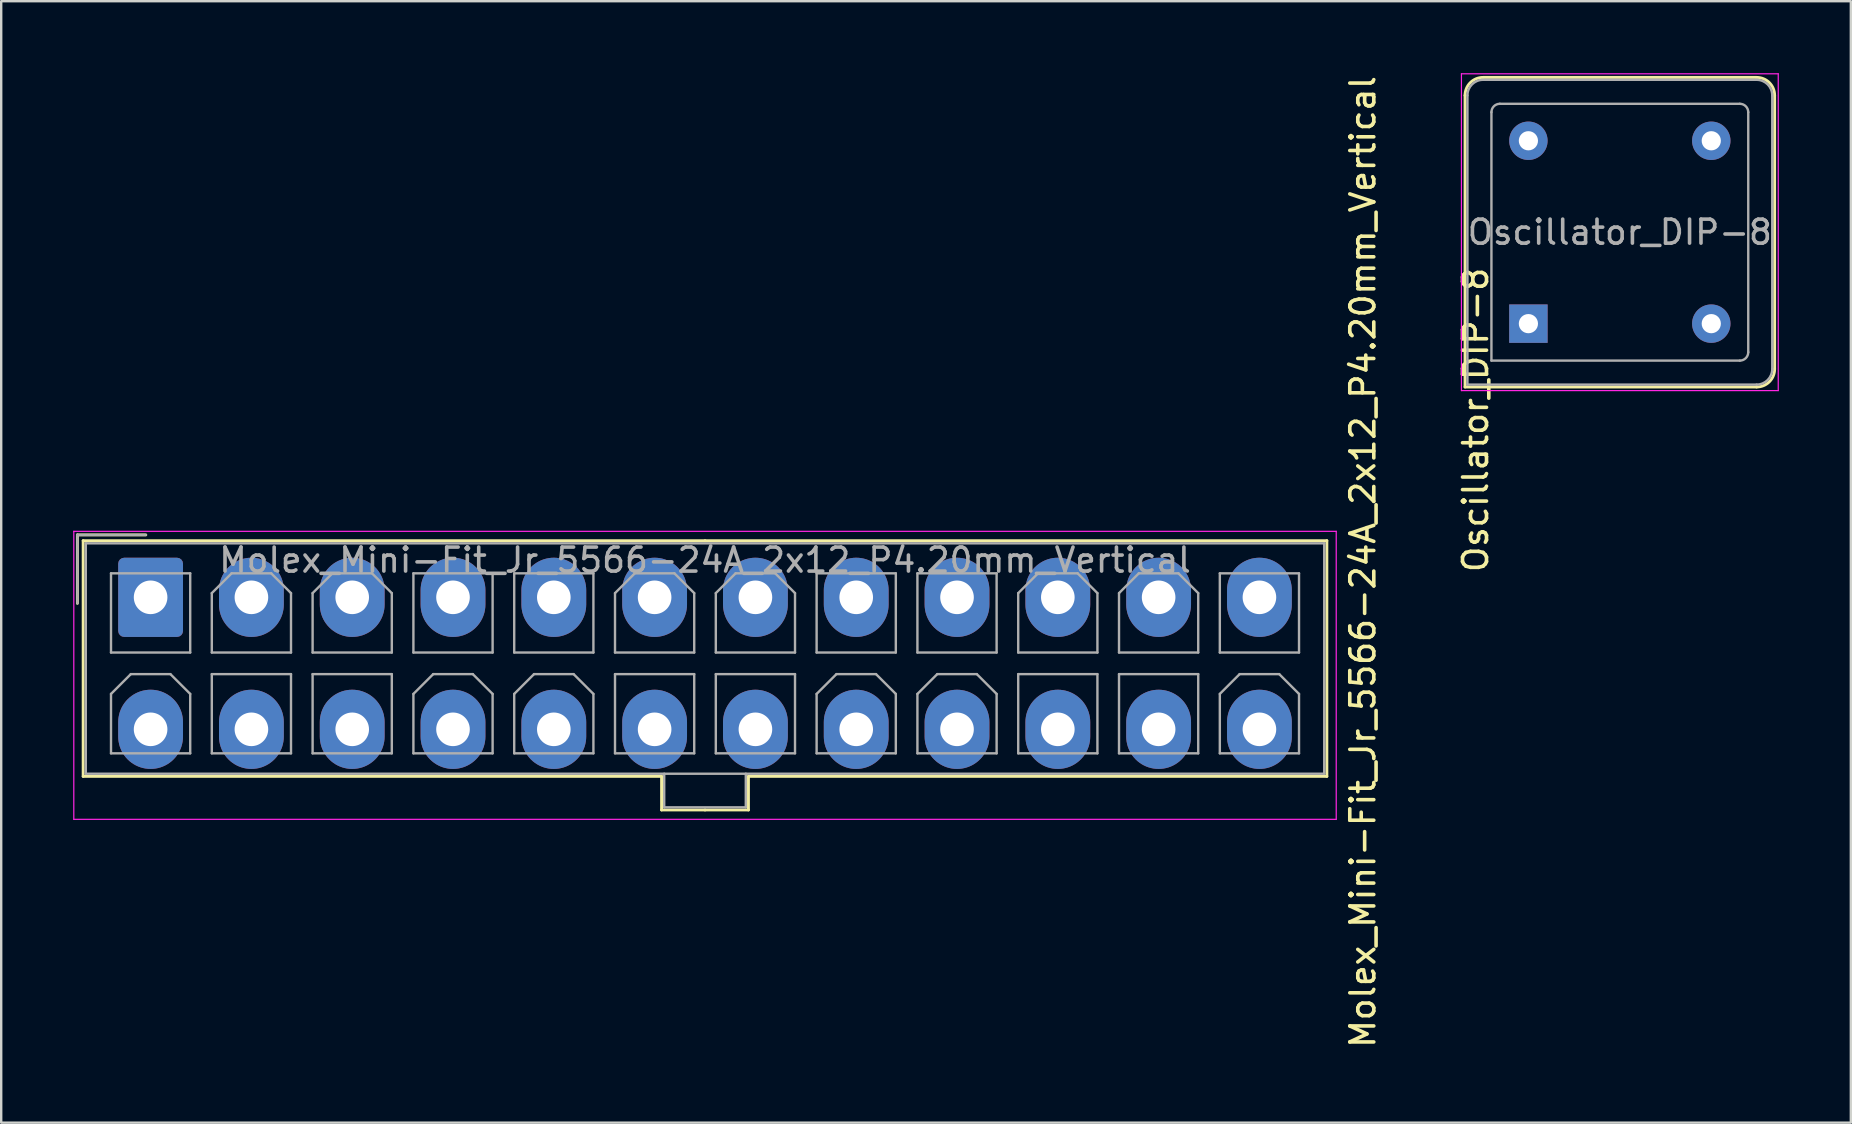
<source format=kicad_pcb>
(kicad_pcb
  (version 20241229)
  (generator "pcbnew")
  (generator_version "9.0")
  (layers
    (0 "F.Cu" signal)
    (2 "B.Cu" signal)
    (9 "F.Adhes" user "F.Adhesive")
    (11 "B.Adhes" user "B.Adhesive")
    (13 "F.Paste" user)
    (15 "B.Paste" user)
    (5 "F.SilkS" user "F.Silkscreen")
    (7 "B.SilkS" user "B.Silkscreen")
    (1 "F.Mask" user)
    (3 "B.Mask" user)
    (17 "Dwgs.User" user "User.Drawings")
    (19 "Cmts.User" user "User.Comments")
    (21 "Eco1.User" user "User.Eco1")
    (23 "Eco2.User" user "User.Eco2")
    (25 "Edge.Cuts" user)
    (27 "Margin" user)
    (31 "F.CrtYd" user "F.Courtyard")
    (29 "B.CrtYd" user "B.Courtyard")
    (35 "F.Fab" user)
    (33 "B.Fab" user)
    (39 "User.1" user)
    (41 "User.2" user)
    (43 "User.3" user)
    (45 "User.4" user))
  (footprint "Oscillator_DIP-8"
    (layer "F.Cu")
    (at 60.632 10.435)
    (property "Reference" "Oscillator_DIP-8" (at -2.2 4.01 90) (layer "F.SilkS") (effects (font (size 1 1) (thickness 0.15))))
    (attr through_hole)
    (fp_line (start -2.64 -9.51) (end -2.64 2.64) (stroke (width 0.12) (type solid)) (layer "F.SilkS"))
    (fp_line (start -2.64 2.64) (end 9.51 2.64) (stroke (width 0.12) (type solid)) (layer "F.SilkS"))
    (fp_line (start 9.51 -10.26) (end -1.89 -10.26) (stroke (width 0.12) (type solid)) (layer "F.SilkS"))
    (fp_line (start 10.26 1.89) (end 10.26 -9.51) (stroke (width 0.12) (type solid)) (layer "F.SilkS"))
    (fp_arc (start -2.64 -9.51) (mid -2.42033 -10.04033) (end -1.89 -10.26) (stroke (width 0.12) (type solid)) (layer "F.SilkS"))
    (fp_arc (start 9.51 -10.26) (mid 10.04033 -10.04033) (end 10.26 -9.51) (stroke (width 0.12) (type solid)) (layer "F.SilkS"))
    (fp_arc (start 10.26 1.89) (mid 10.04033 2.42033) (end 9.51 2.64) (stroke (width 0.12) (type solid)) (layer "F.SilkS"))
    (fp_line (start -2.79 -10.41) (end -2.79 2.79) (stroke (width 0.05) (type solid)) (layer "F.CrtYd"))
    (fp_line (start -2.79 2.79) (end 10.41 2.79) (stroke (width 0.05) (type solid)) (layer "F.CrtYd"))
    (fp_line (start 10.41 -10.41) (end -2.79 -10.41) (stroke (width 0.05) (type solid)) (layer "F.CrtYd"))
    (fp_line (start 10.41 2.79) (end 10.41 -10.41) (stroke (width 0.05) (type solid)) (layer "F.CrtYd"))
    (fp_line (start -2.54 2.54) (end -2.54 -9.51) (stroke (width 0.1) (type solid)) (layer "F.Fab"))
    (fp_line (start -2.54 2.54) (end 9.51 2.54) (stroke (width 0.1) (type solid)) (layer "F.Fab"))
    (fp_line (start -1.89 -10.16) (end 9.51 -10.16) (stroke (width 0.1) (type solid)) (layer "F.Fab"))
    (fp_line (start -1.54 1.54) (end -1.54 -8.81) (stroke (width 0.1) (type solid)) (layer "F.Fab"))
    (fp_line (start -1.54 1.54) (end 8.81 1.54) (stroke (width 0.1) (type solid)) (layer "F.Fab"))
    (fp_line (start -1.19 -9.16) (end 8.81 -9.16) (stroke (width 0.1) (type solid)) (layer "F.Fab"))
    (fp_line (start 9.16 1.19) (end 9.16 -8.81) (stroke (width 0.1) (type solid)) (layer "F.Fab"))
    (fp_line (start 10.16 -9.51) (end 10.16 1.89) (stroke (width 0.1) (type solid)) (layer "F.Fab"))
    (fp_arc (start -2.54 -9.51) (mid -2.349619 -9.969619) (end -1.89 -10.16) (stroke (width 0.1) (type solid)) (layer "F.Fab"))
    (fp_arc (start -1.54 -8.81) (mid -1.437487 -9.057487) (end -1.19 -9.16) (stroke (width 0.1) (type solid)) (layer "F.Fab"))
    (fp_arc (start 8.81 -9.16) (mid 9.057487 -9.057487) (end 9.16 -8.81) (stroke (width 0.1) (type solid)) (layer "F.Fab"))
    (fp_arc (start 9.16 1.19) (mid 9.057487 1.437487) (end 8.81 1.54) (stroke (width 0.1) (type solid)) (layer "F.Fab"))
    (fp_arc (start 9.51 -10.16) (mid 9.969619 -9.969619) (end 10.16 -9.51) (stroke (width 0.1) (type solid)) (layer "F.Fab"))
    (fp_arc (start 10.16 1.89) (mid 9.969619 2.349619) (end 9.51 2.54) (stroke (width 0.1) (type solid)) (layer "F.Fab"))
    (fp_text user "${REFERENCE}" (at 3.81 -3.81 0) (layer "F.Fab") (effects (font (size 1 1) (thickness 0.15))))
    (pad "1" thru_hole rect (at 0 0) (size 1.6 1.6) (drill 0.8) (layers "*.Cu" "*.Mask"))
    (pad "4" thru_hole circle (at 7.62 0) (size 1.6 1.6) (drill 0.8) (layers "*.Cu" "*.Mask"))
    (pad "5" thru_hole circle (at 7.62 -7.62) (size 1.6 1.6) (drill 0.8) (layers "*.Cu" "*.Mask"))
    (pad "8" thru_hole circle (at 0 -7.62) (size 1.6 1.6) (drill 0.8) (layers "*.Cu" "*.Mask")))
  (footprint "Molex_Mini-Fit_Jr_5566-24A_2x12_P4.20mm_Vertical"
    (layer "F.Cu")
    (at 3.225 21.838)
    (property "Reference" "Molex_Mini-Fit_Jr_5566-24A_2x12_P4.20mm_Vertical" (at 50.51 -1.475 90) (layer "F.SilkS") (effects (font (size 1 1) (thickness 0.15))))
    (attr through_hole)
    (fp_line (start -3.05 -2.6) (end -3.05 0.25) (stroke (width 0.12) (type solid)) (layer "F.SilkS"))
    (fp_line (start -2.81 -2.36) (end -2.81 7.46) (stroke (width 0.12) (type solid)) (layer "F.SilkS"))
    (fp_line (start -2.81 7.46) (end 21.29 7.46) (stroke (width 0.12) (type solid)) (layer "F.SilkS"))
    (fp_line (start -0.2 -2.6) (end -3.05 -2.6) (stroke (width 0.12) (type solid)) (layer "F.SilkS"))
    (fp_line (start 21.29 7.46) (end 21.29 8.86) (stroke (width 0.12) (type solid)) (layer "F.SilkS"))
    (fp_line (start 21.29 8.86) (end 23.1 8.86) (stroke (width 0.12) (type solid)) (layer "F.SilkS"))
    (fp_line (start 23.1 -2.36) (end -2.81 -2.36) (stroke (width 0.12) (type solid)) (layer "F.SilkS"))
    (fp_line (start 23.1 -2.36) (end 49.01 -2.36) (stroke (width 0.12) (type solid)) (layer "F.SilkS"))
    (fp_line (start 24.91 7.46) (end 24.91 8.86) (stroke (width 0.12) (type solid)) (layer "F.SilkS"))
    (fp_line (start 24.91 8.86) (end 23.1 8.86) (stroke (width 0.12) (type solid)) (layer "F.SilkS"))
    (fp_line (start 49.01 -2.36) (end 49.01 7.46) (stroke (width 0.12) (type solid)) (layer "F.SilkS"))
    (fp_line (start 49.01 7.46) (end 24.91 7.46) (stroke (width 0.12) (type solid)) (layer "F.SilkS"))
    (fp_line (start -3.2 -2.75) (end -3.2 9.25) (stroke (width 0.05) (type solid)) (layer "F.CrtYd"))
    (fp_line (start -3.2 9.25) (end 49.4 9.25) (stroke (width 0.05) (type solid)) (layer "F.CrtYd"))
    (fp_line (start 49.4 -2.75) (end -3.2 -2.75) (stroke (width 0.05) (type solid)) (layer "F.CrtYd"))
    (fp_line (start 49.4 9.25) (end 49.4 -2.75) (stroke (width 0.05) (type solid)) (layer "F.CrtYd"))
    (fp_line (start -3.05 -2.6) (end -3.05 0.25) (stroke (width 0.1) (type solid)) (layer "F.Fab"))
    (fp_line (start -2.7 -2.25) (end -2.7 7.35) (stroke (width 0.1) (type solid)) (layer "F.Fab"))
    (fp_line (start -2.7 7.35) (end 48.9 7.35) (stroke (width 0.1) (type solid)) (layer "F.Fab"))
    (fp_line (start -1.65 -1) (end -1.65 2.3) (stroke (width 0.1) (type solid)) (layer "F.Fab"))
    (fp_line (start -1.65 2.3) (end 1.65 2.3) (stroke (width 0.1) (type solid)) (layer "F.Fab"))
    (fp_line (start -1.65 4.025) (end -0.825 3.2) (stroke (width 0.1) (type solid)) (layer "F.Fab"))
    (fp_line (start -1.65 6.5) (end -1.65 4.025) (stroke (width 0.1) (type solid)) (layer "F.Fab"))
    (fp_line (start -0.825 3.2) (end 0.825 3.2) (stroke (width 0.1) (type solid)) (layer "F.Fab"))
    (fp_line (start -0.2 -2.6) (end -3.05 -2.6) (stroke (width 0.1) (type solid)) (layer "F.Fab"))
    (fp_line (start 0.825 3.2) (end 1.65 4.025) (stroke (width 0.1) (type solid)) (layer "F.Fab"))
    (fp_line (start 1.65 -1) (end -1.65 -1) (stroke (width 0.1) (type solid)) (layer "F.Fab"))
    (fp_line (start 1.65 2.3) (end 1.65 -1) (stroke (width 0.1) (type solid)) (layer "F.Fab"))
    (fp_line (start 1.65 4.025) (end 1.65 6.5) (stroke (width 0.1) (type solid)) (layer "F.Fab"))
    (fp_line (start 1.65 6.5) (end -1.65 6.5) (stroke (width 0.1) (type solid)) (layer "F.Fab"))
    (fp_line (start 2.55 -0.175) (end 3.375 -1) (stroke (width 0.1) (type solid)) (layer "F.Fab"))
    (fp_line (start 2.55 2.3) (end 2.55 -0.175) (stroke (width 0.1) (type solid)) (layer "F.Fab"))
    (fp_line (start 2.55 3.2) (end 2.55 6.5) (stroke (width 0.1) (type solid)) (layer "F.Fab"))
    (fp_line (start 2.55 6.5) (end 5.85 6.5) (stroke (width 0.1) (type solid)) (layer "F.Fab"))
    (fp_line (start 3.375 -1) (end 5.025 -1) (stroke (width 0.1) (type solid)) (layer "F.Fab"))
    (fp_line (start 5.025 -1) (end 5.85 -0.175) (stroke (width 0.1) (type solid)) (layer "F.Fab"))
    (fp_line (start 5.85 -0.175) (end 5.85 2.3) (stroke (width 0.1) (type solid)) (layer "F.Fab"))
    (fp_line (start 5.85 2.3) (end 2.55 2.3) (stroke (width 0.1) (type solid)) (layer "F.Fab"))
    (fp_line (start 5.85 3.2) (end 2.55 3.2) (stroke (width 0.1) (type solid)) (layer "F.Fab"))
    (fp_line (start 5.85 6.5) (end 5.85 3.2) (stroke (width 0.1) (type solid)) (layer "F.Fab"))
    (fp_line (start 6.75 -0.175) (end 7.575 -1) (stroke (width 0.1) (type solid)) (layer "F.Fab"))
    (fp_line (start 6.75 2.3) (end 6.75 -0.175) (stroke (width 0.1) (type solid)) (layer "F.Fab"))
    (fp_line (start 6.75 3.2) (end 6.75 6.5) (stroke (width 0.1) (type solid)) (layer "F.Fab"))
    (fp_line (start 6.75 6.5) (end 10.05 6.5) (stroke (width 0.1) (type solid)) (layer "F.Fab"))
    (fp_line (start 7.575 -1) (end 9.225 -1) (stroke (width 0.1) (type solid)) (layer "F.Fab"))
    (fp_line (start 9.225 -1) (end 10.05 -0.175) (stroke (width 0.1) (type solid)) (layer "F.Fab"))
    (fp_line (start 10.05 -0.175) (end 10.05 2.3) (stroke (width 0.1) (type solid)) (layer "F.Fab"))
    (fp_line (start 10.05 2.3) (end 6.75 2.3) (stroke (width 0.1) (type solid)) (layer "F.Fab"))
    (fp_line (start 10.05 3.2) (end 6.75 3.2) (stroke (width 0.1) (type solid)) (layer "F.Fab"))
    (fp_line (start 10.05 6.5) (end 10.05 3.2) (stroke (width 0.1) (type solid)) (layer "F.Fab"))
    (fp_line (start 10.95 -1) (end 10.95 2.3) (stroke (width 0.1) (type solid)) (layer "F.Fab"))
    (fp_line (start 10.95 2.3) (end 14.25 2.3) (stroke (width 0.1) (type solid)) (layer "F.Fab"))
    (fp_line (start 10.95 4.025) (end 11.775 3.2) (stroke (width 0.1) (type solid)) (layer "F.Fab"))
    (fp_line (start 10.95 6.5) (end 10.95 4.025) (stroke (width 0.1) (type solid)) (layer "F.Fab"))
    (fp_line (start 11.775 3.2) (end 13.425 3.2) (stroke (width 0.1) (type solid)) (layer "F.Fab"))
    (fp_line (start 13.425 3.2) (end 14.25 4.025) (stroke (width 0.1) (type solid)) (layer "F.Fab"))
    (fp_line (start 14.25 -1) (end 10.95 -1) (stroke (width 0.1) (type solid)) (layer "F.Fab"))
    (fp_line (start 14.25 2.3) (end 14.25 -1) (stroke (width 0.1) (type solid)) (layer "F.Fab"))
    (fp_line (start 14.25 4.025) (end 14.25 6.5) (stroke (width 0.1) (type solid)) (layer "F.Fab"))
    (fp_line (start 14.25 6.5) (end 10.95 6.5) (stroke (width 0.1) (type solid)) (layer "F.Fab"))
    (fp_line (start 15.15 -1) (end 15.15 2.3) (stroke (width 0.1) (type solid)) (layer "F.Fab"))
    (fp_line (start 15.15 2.3) (end 18.45 2.3) (stroke (width 0.1) (type solid)) (layer "F.Fab"))
    (fp_line (start 15.15 4.025) (end 15.975 3.2) (stroke (width 0.1) (type solid)) (layer "F.Fab"))
    (fp_line (start 15.15 6.5) (end 15.15 4.025) (stroke (width 0.1) (type solid)) (layer "F.Fab"))
    (fp_line (start 15.975 3.2) (end 17.625 3.2) (stroke (width 0.1) (type solid)) (layer "F.Fab"))
    (fp_line (start 17.625 3.2) (end 18.45 4.025) (stroke (width 0.1) (type solid)) (layer "F.Fab"))
    (fp_line (start 18.45 -1) (end 15.15 -1) (stroke (width 0.1) (type solid)) (layer "F.Fab"))
    (fp_line (start 18.45 2.3) (end 18.45 -1) (stroke (width 0.1) (type solid)) (layer "F.Fab"))
    (fp_line (start 18.45 4.025) (end 18.45 6.5) (stroke (width 0.1) (type solid)) (layer "F.Fab"))
    (fp_line (start 18.45 6.5) (end 15.15 6.5) (stroke (width 0.1) (type solid)) (layer "F.Fab"))
    (fp_line (start 19.35 -0.175) (end 20.175 -1) (stroke (width 0.1) (type solid)) (layer "F.Fab"))
    (fp_line (start 19.35 2.3) (end 19.35 -0.175) (stroke (width 0.1) (type solid)) (layer "F.Fab"))
    (fp_line (start 19.35 3.2) (end 19.35 6.5) (stroke (width 0.1) (type solid)) (layer "F.Fab"))
    (fp_line (start 19.35 6.5) (end 22.65 6.5) (stroke (width 0.1) (type solid)) (layer "F.Fab"))
    (fp_line (start 20.175 -1) (end 21.825 -1) (stroke (width 0.1) (type solid)) (layer "F.Fab"))
    (fp_line (start 21.4 7.35) (end 21.4 8.75) (stroke (width 0.1) (type solid)) (layer "F.Fab"))
    (fp_line (start 21.4 8.75) (end 24.8 8.75) (stroke (width 0.1) (type solid)) (layer "F.Fab"))
    (fp_line (start 21.825 -1) (end 22.65 -0.175) (stroke (width 0.1) (type solid)) (layer "F.Fab"))
    (fp_line (start 22.65 -0.175) (end 22.65 2.3) (stroke (width 0.1) (type solid)) (layer "F.Fab"))
    (fp_line (start 22.65 2.3) (end 19.35 2.3) (stroke (width 0.1) (type solid)) (layer "F.Fab"))
    (fp_line (start 22.65 3.2) (end 19.35 3.2) (stroke (width 0.1) (type solid)) (layer "F.Fab"))
    (fp_line (start 22.65 6.5) (end 22.65 3.2) (stroke (width 0.1) (type solid)) (layer "F.Fab"))
    (fp_line (start 23.55 -0.175) (end 24.375 -1) (stroke (width 0.1) (type solid)) (layer "F.Fab"))
    (fp_line (start 23.55 2.3) (end 23.55 -0.175) (stroke (width 0.1) (type solid)) (layer "F.Fab"))
    (fp_line (start 23.55 3.2) (end 23.55 6.5) (stroke (width 0.1) (type solid)) (layer "F.Fab"))
    (fp_line (start 23.55 6.5) (end 26.85 6.5) (stroke (width 0.1) (type solid)) (layer "F.Fab"))
    (fp_line (start 24.375 -1) (end 26.025 -1) (stroke (width 0.1) (type solid)) (layer "F.Fab"))
    (fp_line (start 24.8 8.75) (end 24.8 7.35) (stroke (width 0.1) (type solid)) (layer "F.Fab"))
    (fp_line (start 26.025 -1) (end 26.85 -0.175) (stroke (width 0.1) (type solid)) (layer "F.Fab"))
    (fp_line (start 26.85 -0.175) (end 26.85 2.3) (stroke (width 0.1) (type solid)) (layer "F.Fab"))
    (fp_line (start 26.85 2.3) (end 23.55 2.3) (stroke (width 0.1) (type solid)) (layer "F.Fab"))
    (fp_line (start 26.85 3.2) (end 23.55 3.2) (stroke (width 0.1) (type solid)) (layer "F.Fab"))
    (fp_line (start 26.85 6.5) (end 26.85 3.2) (stroke (width 0.1) (type solid)) (layer "F.Fab"))
    (fp_line (start 27.75 -1) (end 27.75 2.3) (stroke (width 0.1) (type solid)) (layer "F.Fab"))
    (fp_line (start 27.75 2.3) (end 31.05 2.3) (stroke (width 0.1) (type solid)) (layer "F.Fab"))
    (fp_line (start 27.75 4.025) (end 28.575 3.2) (stroke (width 0.1) (type solid)) (layer "F.Fab"))
    (fp_line (start 27.75 6.5) (end 27.75 4.025) (stroke (width 0.1) (type solid)) (layer "F.Fab"))
    (fp_line (start 28.575 3.2) (end 30.225 3.2) (stroke (width 0.1) (type solid)) (layer "F.Fab"))
    (fp_line (start 30.225 3.2) (end 31.05 4.025) (stroke (width 0.1) (type solid)) (layer "F.Fab"))
    (fp_line (start 31.05 -1) (end 27.75 -1) (stroke (width 0.1) (type solid)) (layer "F.Fab"))
    (fp_line (start 31.05 2.3) (end 31.05 -1) (stroke (width 0.1) (type solid)) (layer "F.Fab"))
    (fp_line (start 31.05 4.025) (end 31.05 6.5) (stroke (width 0.1) (type solid)) (layer "F.Fab"))
    (fp_line (start 31.05 6.5) (end 27.75 6.5) (stroke (width 0.1) (type solid)) (layer "F.Fab"))
    (fp_line (start 31.95 -1) (end 31.95 2.3) (stroke (width 0.1) (type solid)) (layer "F.Fab"))
    (fp_line (start 31.95 2.3) (end 35.25 2.3) (stroke (width 0.1) (type solid)) (layer "F.Fab"))
    (fp_line (start 31.95 4.025) (end 32.775 3.2) (stroke (width 0.1) (type solid)) (layer "F.Fab"))
    (fp_line (start 31.95 6.5) (end 31.95 4.025) (stroke (width 0.1) (type solid)) (layer "F.Fab"))
    (fp_line (start 32.775 3.2) (end 34.425 3.2) (stroke (width 0.1) (type solid)) (layer "F.Fab"))
    (fp_line (start 34.425 3.2) (end 35.25 4.025) (stroke (width 0.1) (type solid)) (layer "F.Fab"))
    (fp_line (start 35.25 -1) (end 31.95 -1) (stroke (width 0.1) (type solid)) (layer "F.Fab"))
    (fp_line (start 35.25 2.3) (end 35.25 -1) (stroke (width 0.1) (type solid)) (layer "F.Fab"))
    (fp_line (start 35.25 4.025) (end 35.25 6.5) (stroke (width 0.1) (type solid)) (layer "F.Fab"))
    (fp_line (start 35.25 6.5) (end 31.95 6.5) (stroke (width 0.1) (type solid)) (layer "F.Fab"))
    (fp_line (start 36.15 -0.175) (end 36.975 -1) (stroke (width 0.1) (type solid)) (layer "F.Fab"))
    (fp_line (start 36.15 2.3) (end 36.15 -0.175) (stroke (width 0.1) (type solid)) (layer "F.Fab"))
    (fp_line (start 36.15 3.2) (end 36.15 6.5) (stroke (width 0.1) (type solid)) (layer "F.Fab"))
    (fp_line (start 36.15 6.5) (end 39.45 6.5) (stroke (width 0.1) (type solid)) (layer "F.Fab"))
    (fp_line (start 36.975 -1) (end 38.625 -1) (stroke (width 0.1) (type solid)) (layer "F.Fab"))
    (fp_line (start 38.625 -1) (end 39.45 -0.175) (stroke (width 0.1) (type solid)) (layer "F.Fab"))
    (fp_line (start 39.45 -0.175) (end 39.45 2.3) (stroke (width 0.1) (type solid)) (layer "F.Fab"))
    (fp_line (start 39.45 2.3) (end 36.15 2.3) (stroke (width 0.1) (type solid)) (layer "F.Fab"))
    (fp_line (start 39.45 3.2) (end 36.15 3.2) (stroke (width 0.1) (type solid)) (layer "F.Fab"))
    (fp_line (start 39.45 6.5) (end 39.45 3.2) (stroke (width 0.1) (type solid)) (layer "F.Fab"))
    (fp_line (start 40.35 -0.175) (end 41.175 -1) (stroke (width 0.1) (type solid)) (layer "F.Fab"))
    (fp_line (start 40.35 2.3) (end 40.35 -0.175) (stroke (width 0.1) (type solid)) (layer "F.Fab"))
    (fp_line (start 40.35 3.2) (end 40.35 6.5) (stroke (width 0.1) (type solid)) (layer "F.Fab"))
    (fp_line (start 40.35 6.5) (end 43.65 6.5) (stroke (width 0.1) (type solid)) (layer "F.Fab"))
    (fp_line (start 41.175 -1) (end 42.825 -1) (stroke (width 0.1) (type solid)) (layer "F.Fab"))
    (fp_line (start 42.825 -1) (end 43.65 -0.175) (stroke (width 0.1) (type solid)) (layer "F.Fab"))
    (fp_line (start 43.65 -0.175) (end 43.65 2.3) (stroke (width 0.1) (type solid)) (layer "F.Fab"))
    (fp_line (start 43.65 2.3) (end 40.35 2.3) (stroke (width 0.1) (type solid)) (layer "F.Fab"))
    (fp_line (start 43.65 3.2) (end 40.35 3.2) (stroke (width 0.1) (type solid)) (layer "F.Fab"))
    (fp_line (start 43.65 6.5) (end 43.65 3.2) (stroke (width 0.1) (type solid)) (layer "F.Fab"))
    (fp_line (start 44.55 -1) (end 44.55 2.3) (stroke (width 0.1) (type solid)) (layer "F.Fab"))
    (fp_line (start 44.55 2.3) (end 47.85 2.3) (stroke (width 0.1) (type solid)) (layer "F.Fab"))
    (fp_line (start 44.55 4.025) (end 45.375 3.2) (stroke (width 0.1) (type solid)) (layer "F.Fab"))
    (fp_line (start 44.55 6.5) (end 44.55 4.025) (stroke (width 0.1) (type solid)) (layer "F.Fab"))
    (fp_line (start 45.375 3.2) (end 47.025 3.2) (stroke (width 0.1) (type solid)) (layer "F.Fab"))
    (fp_line (start 47.025 3.2) (end 47.85 4.025) (stroke (width 0.1) (type solid)) (layer "F.Fab"))
    (fp_line (start 47.85 -1) (end 44.55 -1) (stroke (width 0.1) (type solid)) (layer "F.Fab"))
    (fp_line (start 47.85 2.3) (end 47.85 -1) (stroke (width 0.1) (type solid)) (layer "F.Fab"))
    (fp_line (start 47.85 4.025) (end 47.85 6.5) (stroke (width 0.1) (type solid)) (layer "F.Fab"))
    (fp_line (start 47.85 6.5) (end 44.55 6.5) (stroke (width 0.1) (type solid)) (layer "F.Fab"))
    (fp_line (start 48.9 -2.25) (end -2.7 -2.25) (stroke (width 0.1) (type solid)) (layer "F.Fab"))
    (fp_line (start 48.9 7.35) (end 48.9 -2.25) (stroke (width 0.1) (type solid)) (layer "F.Fab"))
    (fp_text user "${REFERENCE}" (at 23.1 -1.55 0) (layer "F.Fab") (effects (font (size 1 1) (thickness 0.15))))
    (pad "1" thru_hole roundrect (at 0 0) (size 2.7 3.3) (drill 1.4) (layers "*.Cu" "*.Mask") (roundrect_rratio 0.093))
    (pad "2" thru_hole oval (at 4.2 0) (size 2.7 3.3) (drill 1.4) (layers "*.Cu" "*.Mask"))
    (pad "3" thru_hole oval (at 8.4 0) (size 2.7 3.3) (drill 1.4) (layers "*.Cu" "*.Mask"))
    (pad "4" thru_hole oval (at 12.6 0) (size 2.7 3.3) (drill 1.4) (layers "*.Cu" "*.Mask"))
    (pad "5" thru_hole oval (at 16.8 0) (size 2.7 3.3) (drill 1.4) (layers "*.Cu" "*.Mask"))
    (pad "6" thru_hole oval (at 21 0) (size 2.7 3.3) (drill 1.4) (layers "*.Cu" "*.Mask"))
    (pad "7" thru_hole oval (at 25.2 0) (size 2.7 3.3) (drill 1.4) (layers "*.Cu" "*.Mask"))
    (pad "8" thru_hole oval (at 29.4 0) (size 2.7 3.3) (drill 1.4) (layers "*.Cu" "*.Mask"))
    (pad "9" thru_hole oval (at 33.6 0) (size 2.7 3.3) (drill 1.4) (layers "*.Cu" "*.Mask"))
    (pad "10" thru_hole oval (at 37.8 0) (size 2.7 3.3) (drill 1.4) (layers "*.Cu" "*.Mask"))
    (pad "11" thru_hole oval (at 42 0) (size 2.7 3.3) (drill 1.4) (layers "*.Cu" "*.Mask"))
    (pad "12" thru_hole oval (at 46.2 0) (size 2.7 3.3) (drill 1.4) (layers "*.Cu" "*.Mask"))
    (pad "13" thru_hole oval (at 0 5.5) (size 2.7 3.3) (drill 1.4) (layers "*.Cu" "*.Mask"))
    (pad "14" thru_hole oval (at 4.2 5.5) (size 2.7 3.3) (drill 1.4) (layers "*.Cu" "*.Mask"))
    (pad "15" thru_hole oval (at 8.4 5.5) (size 2.7 3.3) (drill 1.4) (layers "*.Cu" "*.Mask"))
    (pad "16" thru_hole oval (at 12.6 5.5) (size 2.7 3.3) (drill 1.4) (layers "*.Cu" "*.Mask"))
    (pad "17" thru_hole oval (at 16.8 5.5) (size 2.7 3.3) (drill 1.4) (layers "*.Cu" "*.Mask"))
    (pad "18" thru_hole oval (at 21 5.5) (size 2.7 3.3) (drill 1.4) (layers "*.Cu" "*.Mask"))
    (pad "19" thru_hole oval (at 25.2 5.5) (size 2.7 3.3) (drill 1.4) (layers "*.Cu" "*.Mask"))
    (pad "20" thru_hole oval (at 29.4 5.5) (size 2.7 3.3) (drill 1.4) (layers "*.Cu" "*.Mask"))
    (pad "21" thru_hole oval (at 33.6 5.5) (size 2.7 3.3) (drill 1.4) (layers "*.Cu" "*.Mask"))
    (pad "22" thru_hole oval (at 37.8 5.5) (size 2.7 3.3) (drill 1.4) (layers "*.Cu" "*.Mask"))
    (pad "23" thru_hole oval (at 42 5.5) (size 2.7 3.3) (drill 1.4) (layers "*.Cu" "*.Mask"))
    (pad "24" thru_hole oval (at 46.2 5.5) (size 2.7 3.3) (drill 1.4) (layers "*.Cu" "*.Mask")))
  (gr_rect
    (start -3 -3)
    (end 74.067 43.726)
    (stroke (width 0.1) (type default))
    (fill no)
    (layer "Edge.Cuts")))
</source>
